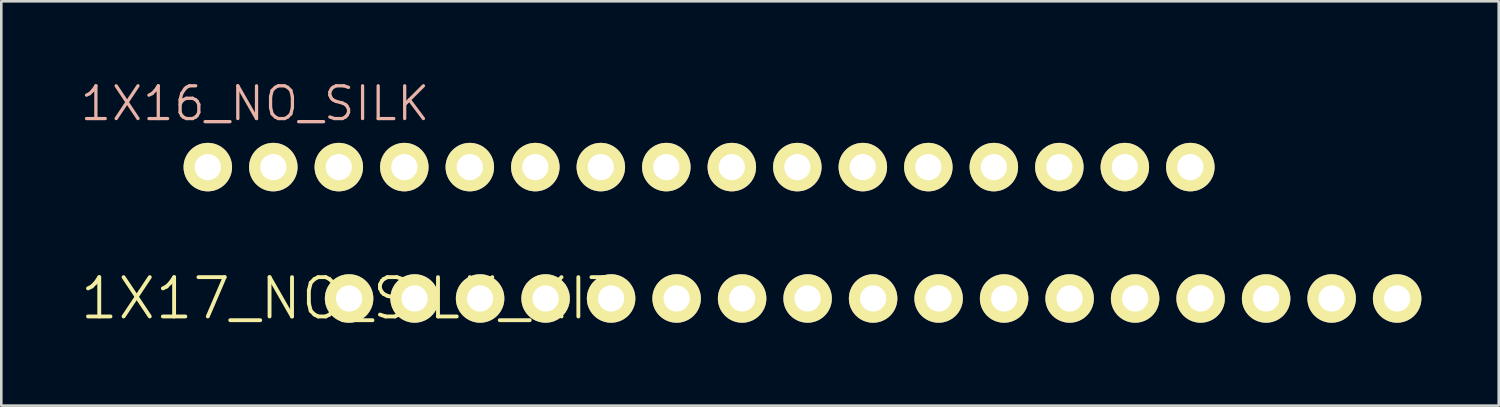
<source format=kicad_pcb>
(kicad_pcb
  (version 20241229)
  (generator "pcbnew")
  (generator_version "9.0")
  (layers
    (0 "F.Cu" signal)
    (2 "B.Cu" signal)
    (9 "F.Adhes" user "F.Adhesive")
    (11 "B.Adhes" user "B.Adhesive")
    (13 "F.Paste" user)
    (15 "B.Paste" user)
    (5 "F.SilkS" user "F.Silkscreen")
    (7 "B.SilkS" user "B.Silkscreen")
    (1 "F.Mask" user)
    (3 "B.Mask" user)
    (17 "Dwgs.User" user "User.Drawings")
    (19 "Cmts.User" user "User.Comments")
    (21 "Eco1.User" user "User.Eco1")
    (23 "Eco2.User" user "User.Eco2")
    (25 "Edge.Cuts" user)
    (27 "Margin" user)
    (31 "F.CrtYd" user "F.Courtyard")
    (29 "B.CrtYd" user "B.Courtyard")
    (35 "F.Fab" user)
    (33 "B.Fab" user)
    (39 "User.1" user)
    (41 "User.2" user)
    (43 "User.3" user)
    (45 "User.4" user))
  (footprint "1X16_NO_SILK"
    (layer "F.Cu")
    (at 5.008 3.43)
    (property "Reference" "1X16_NO_SILK" (at 1.829 -2.464 0) (layer "B.SilkS") (effects (font (size 1.27 1.27) (thickness 0.127))))
    (attr exclude_from_pos_files exclude_from_bom)
    (fp_line (start -0.254 -0.254) (end 0.254 -0.254) (stroke (width 0.066) (type solid)) (layer "F.SilkS"))
    (fp_line (start -0.254 0.254) (end -0.254 -0.254) (stroke (width 0.066) (type solid)) (layer "F.SilkS"))
    (fp_line (start -0.254 0.254) (end 0.254 0.254) (stroke (width 0.066) (type solid)) (layer "F.SilkS"))
    (fp_line (start 0.254 0.254) (end 0.254 -0.254) (stroke (width 0.066) (type solid)) (layer "F.SilkS"))
    (fp_line (start 2.286 -0.254) (end 2.794 -0.254) (stroke (width 0.066) (type solid)) (layer "F.SilkS"))
    (fp_line (start 2.286 0.254) (end 2.286 -0.254) (stroke (width 0.066) (type solid)) (layer "F.SilkS"))
    (fp_line (start 2.286 0.254) (end 2.794 0.254) (stroke (width 0.066) (type solid)) (layer "F.SilkS"))
    (fp_line (start 2.794 0.254) (end 2.794 -0.254) (stroke (width 0.066) (type solid)) (layer "F.SilkS"))
    (fp_line (start 4.826 -0.254) (end 5.334 -0.254) (stroke (width 0.066) (type solid)) (layer "F.SilkS"))
    (fp_line (start 4.826 0.254) (end 4.826 -0.254) (stroke (width 0.066) (type solid)) (layer "F.SilkS"))
    (fp_line (start 4.826 0.254) (end 5.334 0.254) (stroke (width 0.066) (type solid)) (layer "F.SilkS"))
    (fp_line (start 5.334 0.254) (end 5.334 -0.254) (stroke (width 0.066) (type solid)) (layer "F.SilkS"))
    (fp_line (start 7.366 -0.254) (end 7.874 -0.254) (stroke (width 0.066) (type solid)) (layer "F.SilkS"))
    (fp_line (start 7.366 0.254) (end 7.366 -0.254) (stroke (width 0.066) (type solid)) (layer "F.SilkS"))
    (fp_line (start 7.366 0.254) (end 7.874 0.254) (stroke (width 0.066) (type solid)) (layer "F.SilkS"))
    (fp_line (start 7.874 0.254) (end 7.874 -0.254) (stroke (width 0.066) (type solid)) (layer "F.SilkS"))
    (fp_line (start 9.906 -0.254) (end 10.414 -0.254) (stroke (width 0.066) (type solid)) (layer "F.SilkS"))
    (fp_line (start 9.906 0.254) (end 9.906 -0.254) (stroke (width 0.066) (type solid)) (layer "F.SilkS"))
    (fp_line (start 9.906 0.254) (end 10.414 0.254) (stroke (width 0.066) (type solid)) (layer "F.SilkS"))
    (fp_line (start 10.414 0.254) (end 10.414 -0.254) (stroke (width 0.066) (type solid)) (layer "F.SilkS"))
    (fp_line (start 12.446 -0.254) (end 12.954 -0.254) (stroke (width 0.066) (type solid)) (layer "F.SilkS"))
    (fp_line (start 12.446 0.254) (end 12.446 -0.254) (stroke (width 0.066) (type solid)) (layer "F.SilkS"))
    (fp_line (start 12.446 0.254) (end 12.954 0.254) (stroke (width 0.066) (type solid)) (layer "F.SilkS"))
    (fp_line (start 12.954 0.254) (end 12.954 -0.254) (stroke (width 0.066) (type solid)) (layer "F.SilkS"))
    (fp_line (start 14.986 -0.254) (end 15.494 -0.254) (stroke (width 0.066) (type solid)) (layer "F.SilkS"))
    (fp_line (start 14.986 0.254) (end 14.986 -0.254) (stroke (width 0.066) (type solid)) (layer "F.SilkS"))
    (fp_line (start 14.986 0.254) (end 15.494 0.254) (stroke (width 0.066) (type solid)) (layer "F.SilkS"))
    (fp_line (start 15.494 0.254) (end 15.494 -0.254) (stroke (width 0.066) (type solid)) (layer "F.SilkS"))
    (fp_line (start 17.523 -0.254) (end 18.034 -0.254) (stroke (width 0.066) (type solid)) (layer "F.SilkS"))
    (fp_line (start 17.523 0.254) (end 17.523 -0.254) (stroke (width 0.066) (type solid)) (layer "F.SilkS"))
    (fp_line (start 17.523 0.254) (end 18.034 0.254) (stroke (width 0.066) (type solid)) (layer "F.SilkS"))
    (fp_line (start 18.034 0.254) (end 18.034 -0.254) (stroke (width 0.066) (type solid)) (layer "F.SilkS"))
    (fp_line (start 20.066 -0.254) (end 20.574 -0.254) (stroke (width 0.066) (type solid)) (layer "F.SilkS"))
    (fp_line (start 20.066 0.254) (end 20.066 -0.254) (stroke (width 0.066) (type solid)) (layer "F.SilkS"))
    (fp_line (start 20.066 0.254) (end 20.574 0.254) (stroke (width 0.066) (type solid)) (layer "F.SilkS"))
    (fp_line (start 20.574 0.254) (end 20.574 -0.254) (stroke (width 0.066) (type solid)) (layer "F.SilkS"))
    (fp_line (start 22.606 -0.254) (end 23.114 -0.254) (stroke (width 0.066) (type solid)) (layer "F.SilkS"))
    (fp_line (start 22.606 0.254) (end 22.606 -0.254) (stroke (width 0.066) (type solid)) (layer "F.SilkS"))
    (fp_line (start 22.606 0.254) (end 23.114 0.254) (stroke (width 0.066) (type solid)) (layer "F.SilkS"))
    (fp_line (start 23.114 0.254) (end 23.114 -0.254) (stroke (width 0.066) (type solid)) (layer "F.SilkS"))
    (fp_line (start 25.146 -0.254) (end 25.654 -0.254) (stroke (width 0.066) (type solid)) (layer "F.SilkS"))
    (fp_line (start 25.146 0.254) (end 25.146 -0.254) (stroke (width 0.066) (type solid)) (layer "F.SilkS"))
    (fp_line (start 25.146 0.254) (end 25.654 0.254) (stroke (width 0.066) (type solid)) (layer "F.SilkS"))
    (fp_line (start 25.654 0.254) (end 25.654 -0.254) (stroke (width 0.066) (type solid)) (layer "F.SilkS"))
    (fp_line (start 27.686 -0.254) (end 28.194 -0.254) (stroke (width 0.066) (type solid)) (layer "F.SilkS"))
    (fp_line (start 27.686 0.254) (end 27.686 -0.254) (stroke (width 0.066) (type solid)) (layer "F.SilkS"))
    (fp_line (start 27.686 0.254) (end 28.194 0.254) (stroke (width 0.066) (type solid)) (layer "F.SilkS"))
    (fp_line (start 28.194 0.254) (end 28.194 -0.254) (stroke (width 0.066) (type solid)) (layer "F.SilkS"))
    (fp_line (start 30.226 -0.254) (end 30.734 -0.254) (stroke (width 0.066) (type solid)) (layer "F.SilkS"))
    (fp_line (start 30.226 0.254) (end 30.226 -0.254) (stroke (width 0.066) (type solid)) (layer "F.SilkS"))
    (fp_line (start 30.226 0.254) (end 30.734 0.254) (stroke (width 0.066) (type solid)) (layer "F.SilkS"))
    (fp_line (start 30.734 0.254) (end 30.734 -0.254) (stroke (width 0.066) (type solid)) (layer "F.SilkS"))
    (fp_line (start 32.766 -0.254) (end 33.274 -0.254) (stroke (width 0.066) (type solid)) (layer "F.SilkS"))
    (fp_line (start 32.766 0.254) (end 32.766 -0.254) (stroke (width 0.066) (type solid)) (layer "F.SilkS"))
    (fp_line (start 32.766 0.254) (end 33.274 0.254) (stroke (width 0.066) (type solid)) (layer "F.SilkS"))
    (fp_line (start 33.274 0.254) (end 33.274 -0.254) (stroke (width 0.066) (type solid)) (layer "F.SilkS"))
    (fp_line (start 35.303 -0.254) (end 35.814 -0.254) (stroke (width 0.066) (type solid)) (layer "F.SilkS"))
    (fp_line (start 35.303 0.254) (end 35.303 -0.254) (stroke (width 0.066) (type solid)) (layer "F.SilkS"))
    (fp_line (start 35.303 0.254) (end 35.814 0.254) (stroke (width 0.066) (type solid)) (layer "F.SilkS"))
    (fp_line (start 35.814 0.254) (end 35.814 -0.254) (stroke (width 0.066) (type solid)) (layer "F.SilkS"))
    (fp_line (start 37.846 -0.254) (end 38.354 -0.254) (stroke (width 0.066) (type solid)) (layer "F.SilkS"))
    (fp_line (start 37.846 0.254) (end 37.846 -0.254) (stroke (width 0.066) (type solid)) (layer "F.SilkS"))
    (fp_line (start 37.846 0.254) (end 38.354 0.254) (stroke (width 0.066) (type solid)) (layer "F.SilkS"))
    (fp_line (start 38.354 0.254) (end 38.354 -0.254) (stroke (width 0.066) (type solid)) (layer "F.SilkS"))
    (pad "1" thru_hole circle (at 0 0) (size 1.88 1.88) (drill 1.016) (layers "*.Cu" "F.Mask" "F.SilkS" "F.Paste"))
    (pad "2" thru_hole circle (at 2.54 0) (size 1.88 1.88) (drill 1.016) (layers "*.Cu" "F.Mask" "F.SilkS" "F.Paste"))
    (pad "3" thru_hole circle (at 5.08 0) (size 1.88 1.88) (drill 1.016) (layers "*.Cu" "F.Mask" "F.SilkS" "F.Paste"))
    (pad "4" thru_hole circle (at 7.62 0) (size 1.88 1.88) (drill 1.016) (layers "*.Cu" "F.Mask" "F.SilkS" "F.Paste"))
    (pad "5" thru_hole circle (at 10.16 0) (size 1.88 1.88) (drill 1.016) (layers "*.Cu" "F.Mask" "F.SilkS" "F.Paste"))
    (pad "6" thru_hole circle (at 12.7 0) (size 1.88 1.88) (drill 1.016) (layers "*.Cu" "F.Mask" "F.SilkS" "F.Paste"))
    (pad "7" thru_hole circle (at 15.24 0) (size 1.88 1.88) (drill 1.016) (layers "*.Cu" "F.Mask" "F.SilkS" "F.Paste"))
    (pad "8" thru_hole circle (at 17.78 0) (size 1.88 1.88) (drill 1.016) (layers "*.Cu" "F.Mask" "F.SilkS" "F.Paste"))
    (pad "9" thru_hole circle (at 20.32 0) (size 1.88 1.88) (drill 1.016) (layers "*.Cu" "F.Mask" "F.SilkS" "F.Paste"))
    (pad "10" thru_hole circle (at 22.86 0) (size 1.88 1.88) (drill 1.016) (layers "*.Cu" "F.Mask" "F.SilkS" "F.Paste"))
    (pad "11" thru_hole circle (at 25.4 0) (size 1.88 1.88) (drill 1.016) (layers "*.Cu" "F.Mask" "F.SilkS" "F.Paste"))
    (pad "12" thru_hole circle (at 27.94 0) (size 1.88 1.88) (drill 1.016) (layers "*.Cu" "F.Mask" "F.SilkS" "F.Paste"))
    (pad "13" thru_hole circle (at 30.48 0) (size 1.88 1.88) (drill 1.016) (layers "*.Cu" "F.Mask" "F.SilkS" "F.Paste"))
    (pad "14" thru_hole circle (at 33.02 0) (size 1.88 1.88) (drill 1.016) (layers "*.Cu" "F.Mask" "F.SilkS" "F.Paste"))
    (pad "15" thru_hole circle (at 35.56 0) (size 1.88 1.88) (drill 1.016) (layers "*.Cu" "F.Mask" "F.SilkS" "F.Paste"))
    (pad "16" thru_hole circle (at 38.1 0) (size 1.88 1.88) (drill 1.016) (layers "*.Cu" "F.Mask" "F.SilkS" "F.Paste")))
  (footprint "1X17_NO_SILK_KIT"
    (layer "F.Cu")
    (at 10.487 8.524)
    (property "Reference" "1X17_NO_SILK_KIT" (at 0 0 0) (layer "F.SilkS") (effects (font (size 1.524 1.524) (thickness 0.15))))
    (attr exclude_from_pos_files exclude_from_bom)
    (fp_circle (center 0 0) (end -0.47 0.47) (stroke (width 0) (type solid)) (fill yes) (layer "F.SilkS"))
    (fp_circle (center 0 0) (end -0.254 0.254) (stroke (width 0) (type solid)) (fill yes) (layer "F.SilkS"))
    (fp_circle (center 2.54 0) (end 2.794 0.254) (stroke (width 0) (type solid)) (fill yes) (layer "F.SilkS"))
    (fp_circle (center 2.54 0) (end 3.01 0.47) (stroke (width 0) (type solid)) (fill yes) (layer "F.SilkS"))
    (fp_circle (center 5.08 0) (end 5.334 0.254) (stroke (width 0) (type solid)) (fill yes) (layer "F.SilkS"))
    (fp_circle (center 5.08 0) (end 5.55 0.47) (stroke (width 0) (type solid)) (fill yes) (layer "F.SilkS"))
    (fp_circle (center 7.62 0) (end 7.874 0.254) (stroke (width 0) (type solid)) (fill yes) (layer "F.SilkS"))
    (fp_circle (center 7.62 0) (end 8.09 0.47) (stroke (width 0) (type solid)) (fill yes) (layer "F.SilkS"))
    (fp_circle (center 10.16 0) (end 10.414 0.254) (stroke (width 0) (type solid)) (fill yes) (layer "F.SilkS"))
    (fp_circle (center 10.16 0) (end 10.63 0.47) (stroke (width 0) (type solid)) (fill yes) (layer "F.SilkS"))
    (fp_circle (center 12.7 0) (end 12.954 0.254) (stroke (width 0) (type solid)) (fill yes) (layer "F.SilkS"))
    (fp_circle (center 12.7 0) (end 13.17 0.47) (stroke (width 0) (type solid)) (fill yes) (layer "F.SilkS"))
    (fp_circle (center 15.24 0) (end 15.494 0.254) (stroke (width 0) (type solid)) (fill yes) (layer "F.SilkS"))
    (fp_circle (center 15.24 0) (end 15.71 0.47) (stroke (width 0) (type solid)) (fill yes) (layer "F.SilkS"))
    (fp_circle (center 17.78 0) (end 18.034 0.254) (stroke (width 0) (type solid)) (fill yes) (layer "F.SilkS"))
    (fp_circle (center 17.78 0) (end 18.25 0.47) (stroke (width 0) (type solid)) (fill yes) (layer "F.SilkS"))
    (fp_circle (center 20.32 0) (end 20.574 0.254) (stroke (width 0) (type solid)) (fill yes) (layer "F.SilkS"))
    (fp_circle (center 20.32 0) (end 20.79 0.47) (stroke (width 0) (type solid)) (fill yes) (layer "F.SilkS"))
    (fp_circle (center 22.86 0) (end 23.114 0.254) (stroke (width 0) (type solid)) (fill yes) (layer "F.SilkS"))
    (fp_circle (center 22.86 0) (end 23.33 0.47) (stroke (width 0) (type solid)) (fill yes) (layer "F.SilkS"))
    (fp_circle (center 25.4 0) (end 25.654 0.254) (stroke (width 0) (type solid)) (fill yes) (layer "F.SilkS"))
    (fp_circle (center 25.4 0) (end 25.87 0.47) (stroke (width 0) (type solid)) (fill yes) (layer "F.SilkS"))
    (fp_circle (center 27.94 0) (end 28.194 0.254) (stroke (width 0) (type solid)) (fill yes) (layer "F.SilkS"))
    (fp_circle (center 27.94 0) (end 28.41 0.47) (stroke (width 0) (type solid)) (fill yes) (layer "F.SilkS"))
    (fp_circle (center 30.48 0) (end 30.734 0.254) (stroke (width 0) (type solid)) (fill yes) (layer "F.SilkS"))
    (fp_circle (center 30.48 0) (end 30.95 0.47) (stroke (width 0) (type solid)) (fill yes) (layer "F.SilkS"))
    (fp_circle (center 33.02 0) (end 33.274 0.254) (stroke (width 0) (type solid)) (fill yes) (layer "F.SilkS"))
    (fp_circle (center 33.02 0) (end 33.49 0.47) (stroke (width 0) (type solid)) (fill yes) (layer "F.SilkS"))
    (fp_circle (center 35.56 0) (end 35.814 0.254) (stroke (width 0) (type solid)) (fill yes) (layer "F.SilkS"))
    (fp_circle (center 35.56 0) (end 36.03 0.47) (stroke (width 0) (type solid)) (fill yes) (layer "F.SilkS"))
    (fp_circle (center 38.1 0) (end 38.354 0.254) (stroke (width 0) (type solid)) (fill yes) (layer "F.SilkS"))
    (fp_circle (center 38.1 0) (end 38.57 0.47) (stroke (width 0) (type solid)) (fill yes) (layer "F.SilkS"))
    (fp_circle (center 40.64 0) (end 40.894 0.254) (stroke (width 0) (type solid)) (fill yes) (layer "F.SilkS"))
    (fp_circle (center 40.64 0) (end 41.11 0.47) (stroke (width 0) (type solid)) (fill yes) (layer "F.SilkS"))
    (pad "1" thru_hole circle (at 0 0) (size 1.88 1.88) (drill 1.016) (layers "*.Cu" "F.Mask" "F.SilkS" "F.Paste"))
    (pad "2" thru_hole circle (at 2.54 0) (size 1.88 1.88) (drill 1.016) (layers "*.Cu" "F.Mask" "F.SilkS" "F.Paste"))
    (pad "3" thru_hole circle (at 5.08 0) (size 1.88 1.88) (drill 1.016) (layers "*.Cu" "F.Mask" "F.SilkS" "F.Paste"))
    (pad "4" thru_hole circle (at 7.62 0) (size 1.88 1.88) (drill 1.016) (layers "*.Cu" "F.Mask" "F.SilkS" "F.Paste"))
    (pad "5" thru_hole circle (at 10.16 0) (size 1.88 1.88) (drill 1.016) (layers "*.Cu" "F.Mask" "F.SilkS" "F.Paste"))
    (pad "6" thru_hole circle (at 12.7 0) (size 1.88 1.88) (drill 1.016) (layers "*.Cu" "F.Mask" "F.SilkS" "F.Paste"))
    (pad "7" thru_hole circle (at 15.24 0) (size 1.88 1.88) (drill 1.016) (layers "*.Cu" "F.Mask" "F.SilkS" "F.Paste"))
    (pad "8" thru_hole circle (at 17.78 0) (size 1.88 1.88) (drill 1.016) (layers "*.Cu" "F.Mask" "F.SilkS" "F.Paste"))
    (pad "9" thru_hole circle (at 20.32 0) (size 1.88 1.88) (drill 1.016) (layers "*.Cu" "F.Mask" "F.SilkS" "F.Paste"))
    (pad "10" thru_hole circle (at 22.86 0) (size 1.88 1.88) (drill 1.016) (layers "*.Cu" "F.Mask" "F.SilkS" "F.Paste"))
    (pad "11" thru_hole circle (at 25.4 0) (size 1.88 1.88) (drill 1.016) (layers "*.Cu" "F.Mask" "F.SilkS" "F.Paste"))
    (pad "12" thru_hole circle (at 27.94 0) (size 1.88 1.88) (drill 1.016) (layers "*.Cu" "F.Mask" "F.SilkS" "F.Paste"))
    (pad "13" thru_hole circle (at 30.48 0) (size 1.88 1.88) (drill 1.016) (layers "*.Cu" "F.Mask" "F.SilkS" "F.Paste"))
    (pad "14" thru_hole circle (at 33.02 0) (size 1.88 1.88) (drill 1.016) (layers "*.Cu" "F.Mask" "F.SilkS" "F.Paste"))
    (pad "15" thru_hole circle (at 35.56 0) (size 1.88 1.88) (drill 1.016) (layers "*.Cu" "F.Mask" "F.SilkS" "F.Paste"))
    (pad "16" thru_hole circle (at 38.1 0) (size 1.88 1.88) (drill 1.016) (layers "*.Cu" "F.Mask" "F.SilkS" "F.Paste"))
    (pad "17" thru_hole circle (at 40.64 0) (size 1.88 1.88) (drill 1.016) (layers "*.Cu" "F.Mask" "F.SilkS" "F.Paste")))
  (gr_rect
    (start -3 -3)
    (end 55.066 12.679)
    (stroke (width 0.1) (type default))
    (fill no)
    (layer "Edge.Cuts")))
</source>
